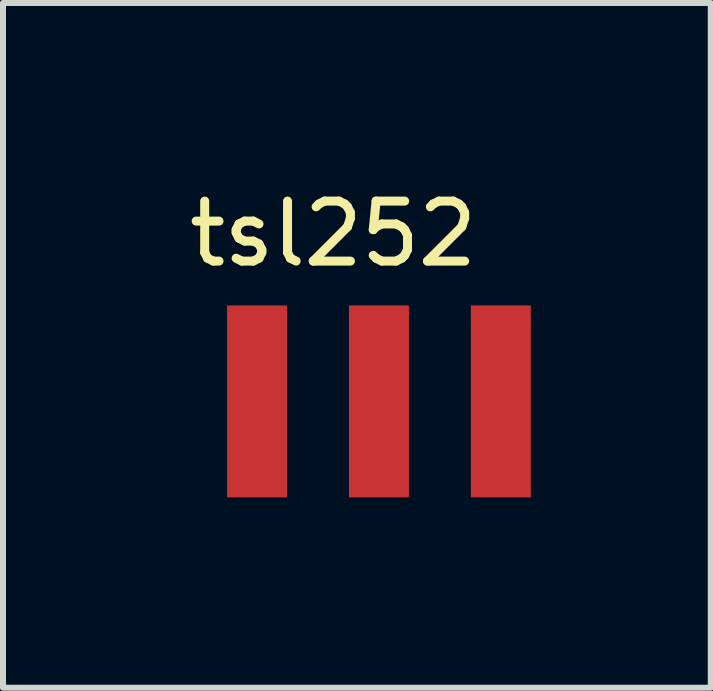
<source format=kicad_pcb>
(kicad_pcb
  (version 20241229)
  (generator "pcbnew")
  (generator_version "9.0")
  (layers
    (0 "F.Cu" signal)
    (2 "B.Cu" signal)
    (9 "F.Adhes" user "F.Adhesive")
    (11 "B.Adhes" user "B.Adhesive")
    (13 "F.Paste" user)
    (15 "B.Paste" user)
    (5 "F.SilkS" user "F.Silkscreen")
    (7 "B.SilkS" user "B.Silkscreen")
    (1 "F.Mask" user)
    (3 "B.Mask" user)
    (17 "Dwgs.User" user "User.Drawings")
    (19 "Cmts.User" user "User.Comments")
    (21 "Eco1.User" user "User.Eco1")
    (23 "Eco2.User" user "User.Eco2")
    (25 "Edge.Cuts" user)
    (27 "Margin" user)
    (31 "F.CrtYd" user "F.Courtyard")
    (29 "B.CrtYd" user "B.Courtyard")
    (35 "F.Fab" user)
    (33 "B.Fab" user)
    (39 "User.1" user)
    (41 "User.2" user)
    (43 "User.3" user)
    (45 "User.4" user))
  (footprint "tsl252"
    (layer "F.Cu")
    (at 1.744 5.166)
    (property "Reference" "tsl252" (at 0.762 -4.318 0) (layer "F.SilkS") (effects (font (size 1 1) (thickness 0.15))))
    (attr smd)
    (pad "1" smd rect (at -0.508 -1.524) (size 1 3.2) (layers "F.Cu" "F.Mask" "F.Paste"))
    (pad "2" smd rect (at 1.524 -1.524) (size 1 3.2) (layers "F.Cu" "F.Mask" "F.Paste"))
    (pad "3" smd rect (at 3.556 -1.524) (size 1 3.2) (layers "F.Cu" "F.Mask" "F.Paste")))
  (gr_rect
    (start -3 -3)
    (end 8.8 8.416)
    (stroke (width 0.1) (type default))
    (fill no)
    (layer "Edge.Cuts")))
</source>
